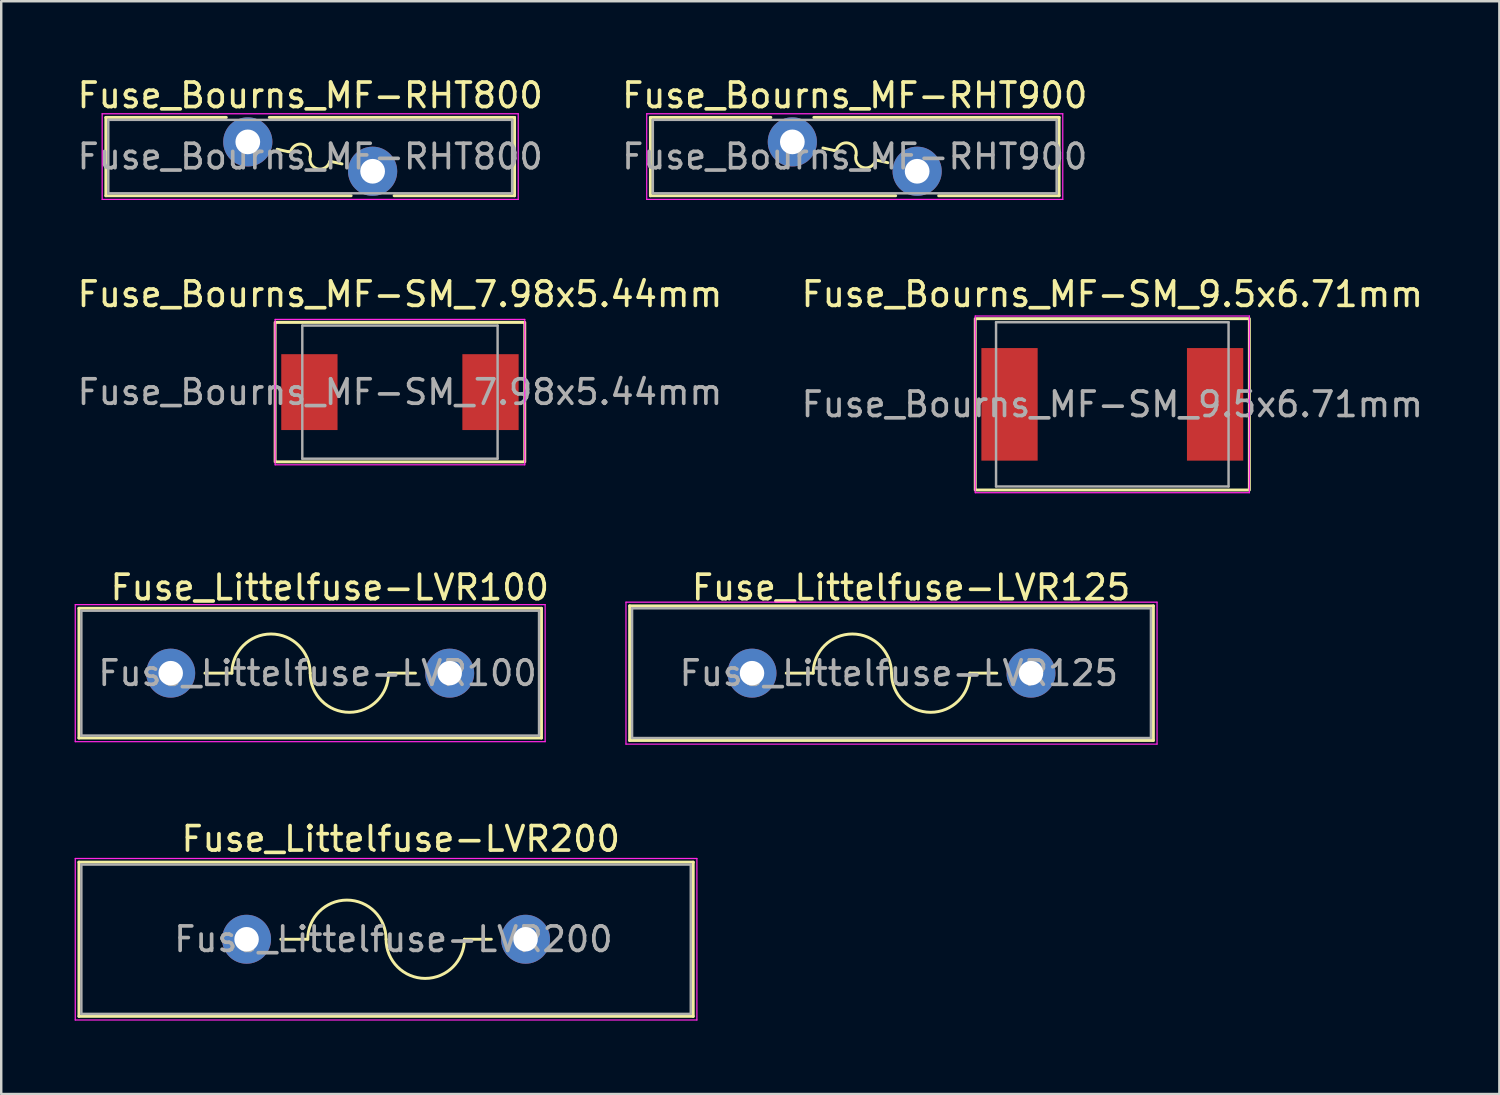
<source format=kicad_pcb>
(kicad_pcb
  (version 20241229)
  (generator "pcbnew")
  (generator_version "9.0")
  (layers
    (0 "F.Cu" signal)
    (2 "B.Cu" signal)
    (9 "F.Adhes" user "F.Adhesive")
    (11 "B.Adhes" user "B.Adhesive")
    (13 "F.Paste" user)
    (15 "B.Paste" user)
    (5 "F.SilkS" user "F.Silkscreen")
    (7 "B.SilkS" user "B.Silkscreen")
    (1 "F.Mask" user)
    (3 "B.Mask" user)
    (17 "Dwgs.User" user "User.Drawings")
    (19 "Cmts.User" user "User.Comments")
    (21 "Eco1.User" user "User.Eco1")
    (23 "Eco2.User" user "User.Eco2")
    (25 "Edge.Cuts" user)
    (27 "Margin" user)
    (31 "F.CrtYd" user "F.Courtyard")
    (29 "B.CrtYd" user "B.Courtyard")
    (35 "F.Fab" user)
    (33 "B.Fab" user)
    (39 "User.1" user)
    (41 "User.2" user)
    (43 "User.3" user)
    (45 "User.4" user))
  (footprint "Fuse_Littelfuse-LVR100"
    (layer "F.Cu")
    (at 3.925 24.455)
    (property "Reference" "Fuse_Littelfuse-LVR100" (at 6.5 -3.5 0) (layer "F.SilkS") (effects (font (size 1 1) (thickness 0.15))))
    (fp_line (start -3.75 -2.65) (end -3.75 2.65) (stroke (width 0.12) (type solid)) (layer "F.SilkS"))
    (fp_line (start -3.75 -2.65) (end 15.15 -2.65) (stroke (width 0.12) (type solid)) (layer "F.SilkS"))
    (fp_line (start 1.4 0) (end 2.5 0) (stroke (width 0.12) (type solid)) (layer "F.SilkS"))
    (fp_line (start 8.9 0) (end 10 0) (stroke (width 0.12) (type solid)) (layer "F.SilkS"))
    (fp_line (start 15.15 2.65) (end -3.75 2.65) (stroke (width 0.12) (type solid)) (layer "F.SilkS"))
    (fp_line (start 15.15 2.65) (end 15.15 -2.65) (stroke (width 0.12) (type solid)) (layer "F.SilkS"))
    (fp_arc (start 2.5 0) (mid 4.1 -1.6) (end 5.7 0) (stroke (width 0.12) (type solid)) (layer "F.SilkS"))
    (fp_arc (start 8.9 0) (mid 7.3 1.6) (end 5.7 0) (stroke (width 0.12) (type solid)) (layer "F.SilkS"))
    (fp_line (start -3.9 -2.8) (end -3.9 2.8) (stroke (width 0.05) (type solid)) (layer "F.CrtYd"))
    (fp_line (start -3.9 -2.8) (end 15.3 -2.8) (stroke (width 0.05) (type solid)) (layer "F.CrtYd"))
    (fp_line (start 15.3 2.8) (end -3.9 2.8) (stroke (width 0.05) (type solid)) (layer "F.CrtYd"))
    (fp_line (start 15.3 2.8) (end 15.3 -2.8) (stroke (width 0.05) (type solid)) (layer "F.CrtYd"))
    (fp_line (start -3.65 -2.55) (end -3.65 2.55) (stroke (width 0.1) (type solid)) (layer "F.Fab"))
    (fp_line (start -3.65 2.55) (end 15.05 2.55) (stroke (width 0.1) (type solid)) (layer "F.Fab"))
    (fp_line (start 15.05 -2.55) (end -3.65 -2.55) (stroke (width 0.1) (type solid)) (layer "F.Fab"))
    (fp_line (start 15.05 2.55) (end 15.05 -2.55) (stroke (width 0.1) (type solid)) (layer "F.Fab"))
    (fp_text user "${REFERENCE}" (at 6 0 0) (layer "F.Fab") (effects (font (size 1 1) (thickness 0.15))))
    (pad "1" thru_hole circle (at 0 0) (size 2 2) (drill 1) (layers "*.Cu" "*.Mask"))
    (pad "2" thru_hole circle (at 11.4 0) (size 2 2) (drill 1) (layers "*.Cu" "*.Mask")))
  (footprint "Fuse_Littelfuse-LVR125"
    (layer "F.Cu")
    (at 27.677 24.455)
    (property "Reference" "Fuse_Littelfuse-LVR125" (at 6.5 -3.5 0) (layer "F.SilkS") (effects (font (size 1 1) (thickness 0.15))))
    (fp_line (start -5 -2.75) (end -5 2.75) (stroke (width 0.12) (type solid)) (layer "F.SilkS"))
    (fp_line (start -5 -2.75) (end 16.4 -2.75) (stroke (width 0.12) (type solid)) (layer "F.SilkS"))
    (fp_line (start 1.4 0) (end 2.5 0) (stroke (width 0.12) (type solid)) (layer "F.SilkS"))
    (fp_line (start 8.9 0) (end 10 0) (stroke (width 0.12) (type solid)) (layer "F.SilkS"))
    (fp_line (start 16.4 2.75) (end -5 2.75) (stroke (width 0.12) (type solid)) (layer "F.SilkS"))
    (fp_line (start 16.4 2.75) (end 16.4 -2.75) (stroke (width 0.12) (type solid)) (layer "F.SilkS"))
    (fp_arc (start 2.5 0) (mid 4.1 -1.6) (end 5.7 0) (stroke (width 0.12) (type solid)) (layer "F.SilkS"))
    (fp_arc (start 8.9 0) (mid 7.3 1.6) (end 5.7 0) (stroke (width 0.12) (type solid)) (layer "F.SilkS"))
    (fp_line (start -5.15 -2.9) (end -5.15 2.9) (stroke (width 0.05) (type solid)) (layer "F.CrtYd"))
    (fp_line (start -5.15 -2.9) (end 16.55 -2.9) (stroke (width 0.05) (type solid)) (layer "F.CrtYd"))
    (fp_line (start 16.55 2.9) (end -5.15 2.9) (stroke (width 0.05) (type solid)) (layer "F.CrtYd"))
    (fp_line (start 16.55 2.9) (end 16.55 -2.9) (stroke (width 0.05) (type solid)) (layer "F.CrtYd"))
    (fp_line (start -4.9 -2.65) (end -4.9 2.65) (stroke (width 0.1) (type solid)) (layer "F.Fab"))
    (fp_line (start -4.9 2.65) (end 16.3 2.65) (stroke (width 0.1) (type solid)) (layer "F.Fab"))
    (fp_line (start 16.3 -2.65) (end -4.9 -2.65) (stroke (width 0.1) (type solid)) (layer "F.Fab"))
    (fp_line (start 16.3 2.65) (end 16.3 -2.65) (stroke (width 0.1) (type solid)) (layer "F.Fab"))
    (fp_text user "${REFERENCE}" (at 6 0 0) (layer "F.Fab") (effects (font (size 1 1) (thickness 0.15))))
    (pad "1" thru_hole circle (at 0 0) (size 2 2) (drill 1) (layers "*.Cu" "*.Mask"))
    (pad "2" thru_hole circle (at 11.4 0) (size 2 2) (drill 1) (layers "*.Cu" "*.Mask")))
  (footprint "Fuse_Bourns_MF-RHT900"
    (layer "F.Cu")
    (at 29.325 2.748)
    (property "Reference" "Fuse_Bourns_MF-RHT900" (at 2.55 -1.9 0) (layer "F.SilkS") (effects (font (size 1 1) (thickness 0.15))))
    (fp_line (start -5.8 -1) (end -5.8 2.2) (stroke (width 0.12) (type solid)) (layer "F.SilkS"))
    (fp_line (start -5.8 -1) (end -0.879 -1) (stroke (width 0.12) (type solid)) (layer "F.SilkS"))
    (fp_line (start -5.8 2.2) (end 4.222 2.2) (stroke (width 0.12) (type solid)) (layer "F.SilkS"))
    (fp_line (start 0.879 -1) (end 10.9 -1) (stroke (width 0.12) (type solid)) (layer "F.SilkS"))
    (fp_line (start 1.25 0.25) (end 1.7 0.35) (stroke (width 0.12) (type solid)) (layer "F.SilkS"))
    (fp_line (start 1.8 0.35) (end 1.7 0.35) (stroke (width 0.12) (type solid)) (layer "F.SilkS"))
    (fp_line (start 3.4 0.75) (end 3.45 0.75) (stroke (width 0.12) (type solid)) (layer "F.SilkS"))
    (fp_line (start 3.45 0.75) (end 3.9 0.85) (stroke (width 0.12) (type solid)) (layer "F.SilkS"))
    (fp_line (start 5.979 2.2) (end 10.9 2.2) (stroke (width 0.12) (type solid)) (layer "F.SilkS"))
    (fp_line (start 10.9 -1) (end 10.9 2.2) (stroke (width 0.12) (type solid)) (layer "F.SilkS"))
    (fp_arc (start 1.800001 0.350001) (mid 2.299999 0.050001) (end 2.599999 0.549999) (stroke (width 0.12) (type solid)) (layer "F.SilkS"))
    (fp_arc (start 3.399999 0.749999) (mid 2.900001 1.049999) (end 2.600001 0.550001) (stroke (width 0.12) (type solid)) (layer "F.SilkS"))
    (fp_line (start -5.95 -1.15) (end -5.95 2.35) (stroke (width 0.05) (type solid)) (layer "F.CrtYd"))
    (fp_line (start -5.95 2.35) (end 11.05 2.35) (stroke (width 0.05) (type solid)) (layer "F.CrtYd"))
    (fp_line (start 11.05 -1.15) (end -5.95 -1.15) (stroke (width 0.05) (type solid)) (layer "F.CrtYd"))
    (fp_line (start 11.05 2.35) (end 11.05 -1.15) (stroke (width 0.05) (type solid)) (layer "F.CrtYd"))
    (fp_line (start -5.7 -0.9) (end -5.7 2.1) (stroke (width 0.1) (type solid)) (layer "F.Fab"))
    (fp_line (start -5.7 2.1) (end 10.8 2.1) (stroke (width 0.1) (type solid)) (layer "F.Fab"))
    (fp_line (start 10.8 -0.9) (end -5.7 -0.9) (stroke (width 0.1) (type solid)) (layer "F.Fab"))
    (fp_line (start 10.8 2.1) (end 10.8 -0.9) (stroke (width 0.1) (type solid)) (layer "F.Fab"))
    (fp_text user "${REFERENCE}" (at 2.55 0.6 0) (layer "F.Fab") (effects (font (size 1 1) (thickness 0.15))))
    (pad "1" thru_hole circle (at 0 0) (size 2.01 2.01) (drill 1.01) (layers "*.Cu" "*.Mask"))
    (pad "2" thru_hole circle (at 5.1 1.2) (size 2.01 2.01) (drill 1.01) (layers "*.Cu" "*.Mask")))
  (footprint "Fuse_Bourns_MF-RHT800"
    (layer "F.Cu")
    (at 7.075 2.748)
    (property "Reference" "Fuse_Bourns_MF-RHT800" (at 2.55 -1.9 0) (layer "F.SilkS") (effects (font (size 1 1) (thickness 0.15))))
    (fp_line (start -5.8 -1) (end -5.8 2.2) (stroke (width 0.12) (type solid)) (layer "F.SilkS"))
    (fp_line (start -5.8 -1) (end -0.879 -1) (stroke (width 0.12) (type solid)) (layer "F.SilkS"))
    (fp_line (start -5.8 2.2) (end 4.222 2.2) (stroke (width 0.12) (type solid)) (layer "F.SilkS"))
    (fp_line (start 0.879 -1) (end 10.9 -1) (stroke (width 0.12) (type solid)) (layer "F.SilkS"))
    (fp_line (start 1.2 0.3) (end 1.65 0.4) (stroke (width 0.12) (type solid)) (layer "F.SilkS"))
    (fp_line (start 1.75 0.4) (end 1.65 0.4) (stroke (width 0.12) (type solid)) (layer "F.SilkS"))
    (fp_line (start 3.35 0.8) (end 3.4 0.8) (stroke (width 0.12) (type solid)) (layer "F.SilkS"))
    (fp_line (start 3.4 0.8) (end 3.85 0.9) (stroke (width 0.12) (type solid)) (layer "F.SilkS"))
    (fp_line (start 5.979 2.2) (end 10.9 2.2) (stroke (width 0.12) (type solid)) (layer "F.SilkS"))
    (fp_line (start 10.9 -1) (end 10.9 2.2) (stroke (width 0.12) (type solid)) (layer "F.SilkS"))
    (fp_arc (start 1.750001 0.400001) (mid 2.249999 0.100001) (end 2.549999 0.599999) (stroke (width 0.12) (type solid)) (layer "F.SilkS"))
    (fp_arc (start 3.349999 0.799999) (mid 2.850001 1.099999) (end 2.550001 0.600001) (stroke (width 0.12) (type solid)) (layer "F.SilkS"))
    (fp_line (start -5.95 -1.15) (end -5.95 2.35) (stroke (width 0.05) (type solid)) (layer "F.CrtYd"))
    (fp_line (start -5.95 2.35) (end 11.05 2.35) (stroke (width 0.05) (type solid)) (layer "F.CrtYd"))
    (fp_line (start 11.05 -1.15) (end -5.95 -1.15) (stroke (width 0.05) (type solid)) (layer "F.CrtYd"))
    (fp_line (start 11.05 2.35) (end 11.05 -1.15) (stroke (width 0.05) (type solid)) (layer "F.CrtYd"))
    (fp_line (start -5.7 -0.9) (end -5.7 2.1) (stroke (width 0.1) (type solid)) (layer "F.Fab"))
    (fp_line (start -5.7 2.1) (end 10.8 2.1) (stroke (width 0.1) (type solid)) (layer "F.Fab"))
    (fp_line (start 10.8 -0.9) (end -5.7 -0.9) (stroke (width 0.1) (type solid)) (layer "F.Fab"))
    (fp_line (start 10.8 2.1) (end 10.8 -0.9) (stroke (width 0.1) (type solid)) (layer "F.Fab"))
    (fp_text user "${REFERENCE}" (at 2.55 0.6 0) (layer "F.Fab") (effects (font (size 1 1) (thickness 0.15))))
    (pad "1" thru_hole circle (at 0 0) (size 2.01 2.01) (drill 1.01) (layers "*.Cu" "*.Mask"))
    (pad "2" thru_hole circle (at 5.1 1.2) (size 2.01 2.01) (drill 1.01) (layers "*.Cu" "*.Mask")))
  (footprint "Fuse_Bourns_MF-SM_7.98x5.44mm"
    (layer "F.Cu")
    (at 13.292 12.972)
    (property "Reference" "Fuse_Bourns_MF-SM_7.98x5.44mm" (at 0 -4 0) (layer "F.SilkS") (effects (font (size 1 1) (thickness 0.15))))
    (attr smd)
    (fp_rect (start -5.1 -2.85) (end 5.1 2.85) (stroke (width 0.12) (type solid)) (fill no) (layer "F.SilkS"))
    (fp_line (start -5.1 -2.97) (end 5.1 -2.97) (stroke (width 0.05) (type solid)) (layer "F.CrtYd"))
    (fp_line (start -5.1 2.97) (end -5.1 -2.97) (stroke (width 0.05) (type solid)) (layer "F.CrtYd"))
    (fp_line (start 5.1 -2.97) (end 5.1 2.97) (stroke (width 0.05) (type solid)) (layer "F.CrtYd"))
    (fp_line (start 5.1 2.97) (end -5.1 2.97) (stroke (width 0.05) (type solid)) (layer "F.CrtYd"))
    (fp_line (start -3.99 -2.72) (end 3.99 -2.72) (stroke (width 0.1) (type solid)) (layer "F.Fab"))
    (fp_line (start -3.99 2.72) (end -3.99 -2.72) (stroke (width 0.1) (type solid)) (layer "F.Fab"))
    (fp_line (start 3.99 -2.72) (end 3.99 2.72) (stroke (width 0.1) (type solid)) (layer "F.Fab"))
    (fp_line (start 3.99 2.72) (end -3.99 2.72) (stroke (width 0.1) (type solid)) (layer "F.Fab"))
    (fp_text user "${REFERENCE}" (at 0 0 0) (layer "F.Fab") (effects (font (size 1 1) (thickness 0.15))))
    (pad "1" smd rect (at -3.7 0) (size 2.3 3.1) (layers "F.Cu" "F.Mask" "F.Paste"))
    (pad "2" smd rect (at 3.7 0) (size 2.3 3.1) (layers "F.Cu" "F.Mask" "F.Paste")))
  (footprint "Fuse_Bourns_MF-SM_9.5x6.71mm"
    (layer "F.Cu")
    (at 42.399 13.472)
    (property "Reference" "Fuse_Bourns_MF-SM_9.5x6.71mm" (at 0 -4.5 0) (layer "F.SilkS") (effects (font (size 1 1) (thickness 0.15))))
    (attr smd)
    (fp_rect (start -5.6 -3.5) (end 5.6 3.5) (stroke (width 0.12) (type solid)) (fill no) (layer "F.SilkS"))
    (fp_line (start -5.6 -3.61) (end 5.6 -3.61) (stroke (width 0.05) (type solid)) (layer "F.CrtYd"))
    (fp_line (start -5.6 3.61) (end -5.6 -3.61) (stroke (width 0.05) (type solid)) (layer "F.CrtYd"))
    (fp_line (start 5.6 -3.61) (end 5.6 3.61) (stroke (width 0.05) (type solid)) (layer "F.CrtYd"))
    (fp_line (start 5.6 3.61) (end -5.6 3.61) (stroke (width 0.05) (type solid)) (layer "F.CrtYd"))
    (fp_line (start -4.75 -3.355) (end 4.75 -3.355) (stroke (width 0.1) (type solid)) (layer "F.Fab"))
    (fp_line (start -4.75 3.355) (end -4.75 -3.355) (stroke (width 0.1) (type solid)) (layer "F.Fab"))
    (fp_line (start 4.75 -3.355) (end 4.75 3.355) (stroke (width 0.1) (type solid)) (layer "F.Fab"))
    (fp_line (start 4.75 3.355) (end -4.75 3.355) (stroke (width 0.1) (type solid)) (layer "F.Fab"))
    (fp_text user "${REFERENCE}" (at 0 0 0) (layer "F.Fab") (effects (font (size 1 1) (thickness 0.15))))
    (pad "1" smd rect (at -4.2 0) (size 2.3 4.6) (layers "F.Cu" "F.Mask" "F.Paste"))
    (pad "2" smd rect (at 4.2 0) (size 2.3 4.6) (layers "F.Cu" "F.Mask" "F.Paste")))
  (footprint "Fuse_Littelfuse-LVR200"
    (layer "F.Cu")
    (at 7.025 35.328)
    (property "Reference" "Fuse_Littelfuse-LVR200" (at 6.3 -4.1 0) (layer "F.SilkS") (effects (font (size 1 1) (thickness 0.15))))
    (fp_line (start -6.85 -3.15) (end -6.85 3.15) (stroke (width 0.12) (type solid)) (layer "F.SilkS"))
    (fp_line (start -6.85 -3.15) (end 18.25 -3.15) (stroke (width 0.12) (type solid)) (layer "F.SilkS"))
    (fp_line (start 1.4 0) (end 2.5 0) (stroke (width 0.12) (type solid)) (layer "F.SilkS"))
    (fp_line (start 8.9 0) (end 10 0) (stroke (width 0.12) (type solid)) (layer "F.SilkS"))
    (fp_line (start 18.25 3.15) (end -6.85 3.15) (stroke (width 0.12) (type solid)) (layer "F.SilkS"))
    (fp_line (start 18.25 3.15) (end 18.25 -3.15) (stroke (width 0.12) (type solid)) (layer "F.SilkS"))
    (fp_arc (start 2.5 0) (mid 4.1 -1.6) (end 5.7 0) (stroke (width 0.12) (type solid)) (layer "F.SilkS"))
    (fp_arc (start 8.9 0) (mid 7.3 1.6) (end 5.7 0) (stroke (width 0.12) (type solid)) (layer "F.SilkS"))
    (fp_line (start -7 -3.3) (end -7 3.3) (stroke (width 0.05) (type solid)) (layer "F.CrtYd"))
    (fp_line (start -7 -3.3) (end 18.4 -3.3) (stroke (width 0.05) (type solid)) (layer "F.CrtYd"))
    (fp_line (start 18.4 3.3) (end -7 3.3) (stroke (width 0.05) (type solid)) (layer "F.CrtYd"))
    (fp_line (start 18.4 3.3) (end 18.4 -3.3) (stroke (width 0.05) (type solid)) (layer "F.CrtYd"))
    (fp_line (start -6.75 -3.05) (end -6.75 3.05) (stroke (width 0.1) (type solid)) (layer "F.Fab"))
    (fp_line (start -6.75 3.05) (end 18.15 3.05) (stroke (width 0.1) (type solid)) (layer "F.Fab"))
    (fp_line (start 18.15 -3.05) (end -6.75 -3.05) (stroke (width 0.1) (type solid)) (layer "F.Fab"))
    (fp_line (start 18.15 3.05) (end 18.15 -3.05) (stroke (width 0.1) (type solid)) (layer "F.Fab"))
    (fp_text user "${REFERENCE}" (at 6 0 0) (layer "F.Fab") (effects (font (size 1 1) (thickness 0.15))))
    (pad "1" thru_hole circle (at 0 0) (size 2 2) (drill 1) (layers "*.Cu" "*.Mask"))
    (pad "2" thru_hole circle (at 11.4 0) (size 2 2) (drill 1) (layers "*.Cu" "*.Mask")))
  (gr_rect
    (start -3 -3)
    (end 58.214 41.653)
    (stroke (width 0.1) (type default))
    (fill no)
    (layer "Edge.Cuts")))
</source>
